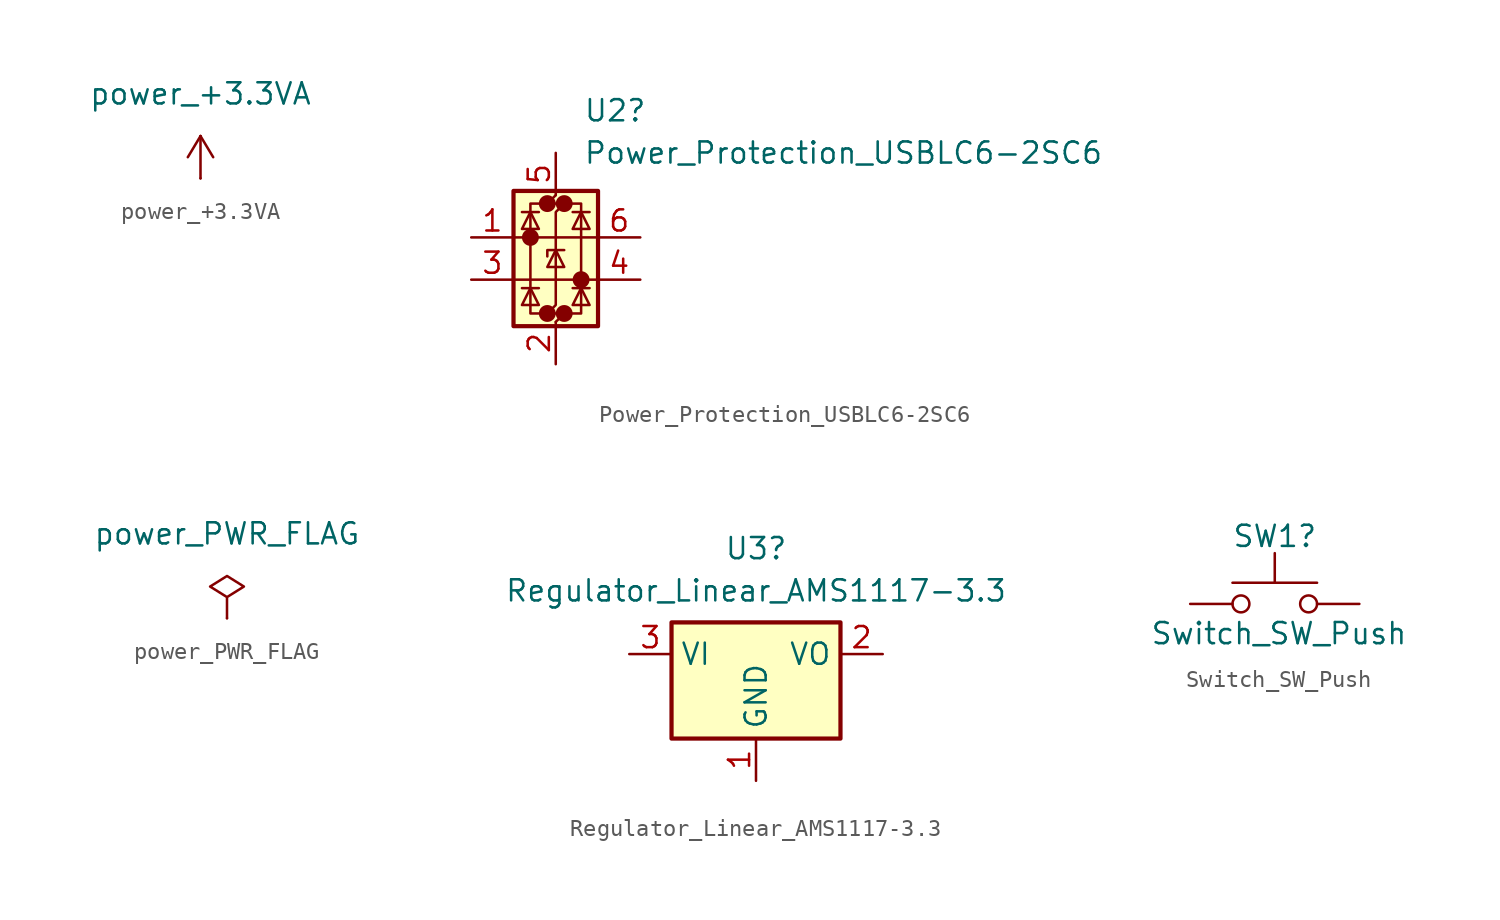
<source format=kicad_sym>
(kicad_symbol_lib
  (version 20241209)
  (generator "kicad_symbol_editor")
  (generator_version "9.0")
  (symbol "power_+3.3VA"
    (power)
    (pin_numbers
      (hide yes))
    (pin_names
      (offset 0)
      (hide yes))
    (property "Reference" "#PWR04"
      (at 0 -3.81 0)
      (effects (font (size 1.27 1.27)) (hide yes)))
    (property "Value" "power_+3.3VA"
      (at 0 5.08 0)
      (effects (font (size 1.27 1.27))))
    (symbol "power_+3.3VA_0_1"
      (polyline (pts (xy -0.762 1.27) (xy 0 2.54)) (stroke (width 0) (type default)) (fill (type none)))
      (polyline (pts (xy 0 2.54) (xy 0.762 1.27)) (stroke (width 0) (type default)) (fill (type none)))
      (polyline (pts (xy 0 0) (xy 0 2.54)) (stroke (width 0) (type default)) (fill (type none))))
    (symbol "power_+3.3VA_1_1"
      (pin power_in line (at 0 0 90) (length 0) (name "~" (effects (font (size 1.27 1.27)))) (number "1" (effects (font (size 1.27 1.27)))))))
  (symbol "Power_Protection_USBLC6-2SC6"
    (pin_names
      (hide yes))
    (property "Reference" "U2"
      (at 1.651 7.62 0)
      (effects (font (size 1.27 1.27)) (justify left)))
    (property "Value" "Power_Protection_USBLC6-2SC6"
      (at 1.651 5.08 0)
      (effects (font (size 1.27 1.27)) (justify left)))
    (symbol "Power_Protection_USBLC6-2SC6_0_0"
      (circle (center -1.524 0) (radius 0.0001) (stroke (width 0.508) (type default)) (fill (type none)))
      (circle (center -0.508 2.032) (radius 0.0001) (stroke (width 0.508) (type default)) (fill (type none)))
      (circle (center -0.508 -4.572) (radius 0.0001) (stroke (width 0.508) (type default)) (fill (type none)))
      (circle (center 0.508 2.032) (radius 0.0001) (stroke (width 0.508) (type default)) (fill (type none)))
      (circle (center 0.508 -4.572) (radius 0.0001) (stroke (width 0.508) (type default)) (fill (type none)))
      (circle (center 1.524 -2.54) (radius 0.0001) (stroke (width 0.508) (type default)) (fill (type none))))
    (symbol "Power_Protection_USBLC6-2SC6_0_1"
      (polyline (pts (xy -2.54 0) (xy 2.54 0)) (stroke (width 0) (type default)) (fill (type none)))
      (polyline (pts (xy -2.54 -2.54) (xy 2.54 -2.54)) (stroke (width 0) (type default)) (fill (type none)))
      (polyline (pts (xy -2.032 0.508) (xy -1.016 0.508) (xy -1.524 1.524) (xy -2.032 0.508)) (stroke (width 0) (type default)) (fill (type none)))
      (polyline (pts (xy -2.032 -3.048) (xy -1.016 -3.048)) (stroke (width 0) (type default)) (fill (type none)))
      (polyline (pts (xy -1.016 1.524) (xy -2.032 1.524)) (stroke (width 0) (type default)) (fill (type none)))
      (polyline (pts (xy -1.016 -4.064) (xy -2.032 -4.064) (xy -1.524 -3.048) (xy -1.016 -4.064)) (stroke (width 0) (type default)) (fill (type none)))
      (polyline (pts (xy -0.508 -1.143) (xy -0.508 -0.762) (xy 0.508 -0.762)) (stroke (width 0) (type default)) (fill (type none)))
      (polyline (pts (xy 0 2.54) (xy -0.508 2.032) (xy 0.508 2.032) (xy 0 1.524) (xy 0 -4.064) (xy -0.508 -4.572) (xy 0.508 -4.572) (xy 0 -5.08)) (stroke (width 0) (type default)) (fill (type none)))
      (polyline (pts (xy 0.508 -1.778) (xy -0.508 -1.778) (xy 0 -0.762) (xy 0.508 -1.778)) (stroke (width 0) (type default)) (fill (type none)))
      (polyline (pts (xy 1.016 1.524) (xy 2.032 1.524)) (stroke (width 0) (type default)) (fill (type none)))
      (polyline (pts (xy 1.016 -3.048) (xy 2.032 -3.048)) (stroke (width 0) (type default)) (fill (type none)))
      (polyline (pts (xy 2.032 0.508) (xy 1.016 0.508) (xy 1.524 1.524) (xy 2.032 0.508)) (stroke (width 0) (type default)) (fill (type none)))
      (polyline (pts (xy 2.032 -4.064) (xy 1.016 -4.064) (xy 1.524 -3.048) (xy 2.032 -4.064)) (stroke (width 0) (type default)) (fill (type none))))
    (symbol "Power_Protection_USBLC6-2SC6_1_1"
      (rectangle (start -2.54 2.794) (end 2.54 -5.334) (stroke (width 0.254) (type default)) (fill (type background)))
      (polyline (pts (xy -0.508 2.032) (xy -1.524 2.032) (xy -1.524 -4.572) (xy -0.508 -4.572)) (stroke (width 0) (type default)) (fill (type none)))
      (polyline (pts (xy 0.508 -4.572) (xy 1.524 -4.572) (xy 1.524 2.032) (xy 0.508 2.032)) (stroke (width 0) (type default)) (fill (type none)))
      (pin passive line (at -5.08 0 0) (length 2.54) (name "I/O1" (effects (font (size 1.27 1.27)))) (number "1" (effects (font (size 1.27 1.27)))))
      (pin passive line (at -5.08 -2.54 0) (length 2.54) (name "I/O2" (effects (font (size 1.27 1.27)))) (number "3" (effects (font (size 1.27 1.27)))))
      (pin passive line (at 0 5.08 270) (length 2.54) (name "VBUS" (effects (font (size 1.27 1.27)))) (number "5" (effects (font (size 1.27 1.27)))))
      (pin passive line (at 0 -7.62 90) (length 2.54) (name "GND" (effects (font (size 1.27 1.27)))) (number "2" (effects (font (size 1.27 1.27)))))
      (pin passive line (at 5.08 0 180) (length 2.54) (name "I/O1" (effects (font (size 1.27 1.27)))) (number "6" (effects (font (size 1.27 1.27)))))
      (pin passive line (at 5.08 -2.54 180) (length 2.54) (name "I/O2" (effects (font (size 1.27 1.27)))) (number "4" (effects (font (size 1.27 1.27)))))))
  (symbol "power_PWR_FLAG"
    (power)
    (pin_numbers
      (hide yes))
    (pin_names
      (offset 0)
      (hide yes))
    (property "Reference" "#FLG01"
      (at 0 1.905 0)
      (effects (font (size 1.27 1.27)) (hide yes)))
    (property "Value" "power_PWR_FLAG"
      (at 0 5.08 0)
      (effects (font (size 1.27 1.27))))
    (symbol "power_PWR_FLAG_0_0"
      (pin power_out line (at 0 0 90) (length 0) (name "~" (effects (font (size 1.27 1.27)))) (number "1" (effects (font (size 1.27 1.27))))))
    (symbol "power_PWR_FLAG_0_1"
      (polyline (pts (xy 0 0) (xy 0 1.27) (xy -1.016 1.905) (xy 0 2.54) (xy 1.016 1.905) (xy 0 1.27)) (stroke (width 0) (type default)) (fill (type none)))))
  (symbol "Regulator_Linear_AMS1117-3.3"
    (property "Reference" "U3"
      (at 0 6.35 0)
      (effects (font (size 1.27 1.27))))
    (property "Value" "Regulator_Linear_AMS1117-3.3"
      (at 0 3.81 0)
      (effects (font (size 1.27 1.27))))
    (symbol "Regulator_Linear_AMS1117-3.3_0_1"
      (rectangle (start -5.08 -5.08) (end 5.08 1.905) (stroke (width 0.254) (type default)) (fill (type background))))
    (symbol "Regulator_Linear_AMS1117-3.3_1_1"
      (pin power_in line (at -7.62 0 0) (length 2.54) (name "VI" (effects (font (size 1.27 1.27)))) (number "3" (effects (font (size 1.27 1.27)))))
      (pin power_in line (at 0 -7.62 90) (length 2.54) (name "GND" (effects (font (size 1.27 1.27)))) (number "1" (effects (font (size 1.27 1.27)))))
      (pin power_out line (at 7.62 0 180) (length 2.54) (name "VO" (effects (font (size 1.27 1.27)))) (number "2" (effects (font (size 1.27 1.27)))))))
  (symbol "Switch_SW_Push"
    (pin_numbers
      (hide yes))
    (pin_names
      (offset 1.016)
      (hide yes))
    (property "Reference" "SW1"
      (at 0 4.064 0)
      (effects (font (size 1.27 1.27))))
    (property "Value" "Switch_SW_Push"
      (at 0.254 -1.778 0)
      (effects (font (size 1.27 1.27))))
    (symbol "Switch_SW_Push_0_1"
      (circle (center -2.032 0) (radius 0.508) (stroke (width 0) (type default)) (fill (type none)))
      (polyline (pts (xy 0 1.27) (xy 0 3.048)) (stroke (width 0) (type default)) (fill (type none)))
      (circle (center 2.032 0) (radius 0.508) (stroke (width 0) (type default)) (fill (type none)))
      (polyline (pts (xy 2.54 1.27) (xy -2.54 1.27)) (stroke (width 0) (type default)) (fill (type none)))
      (pin passive line (at -5.08 0 0) (length 2.54) (name "1" (effects (font (size 1.27 1.27)))) (number "1" (effects (font (size 1.27 1.27)))))
      (pin passive line (at 5.08 0 180) (length 2.54) (name "2" (effects (font (size 1.27 1.27)))) (number "2" (effects (font (size 1.27 1.27))))))))
</source>
